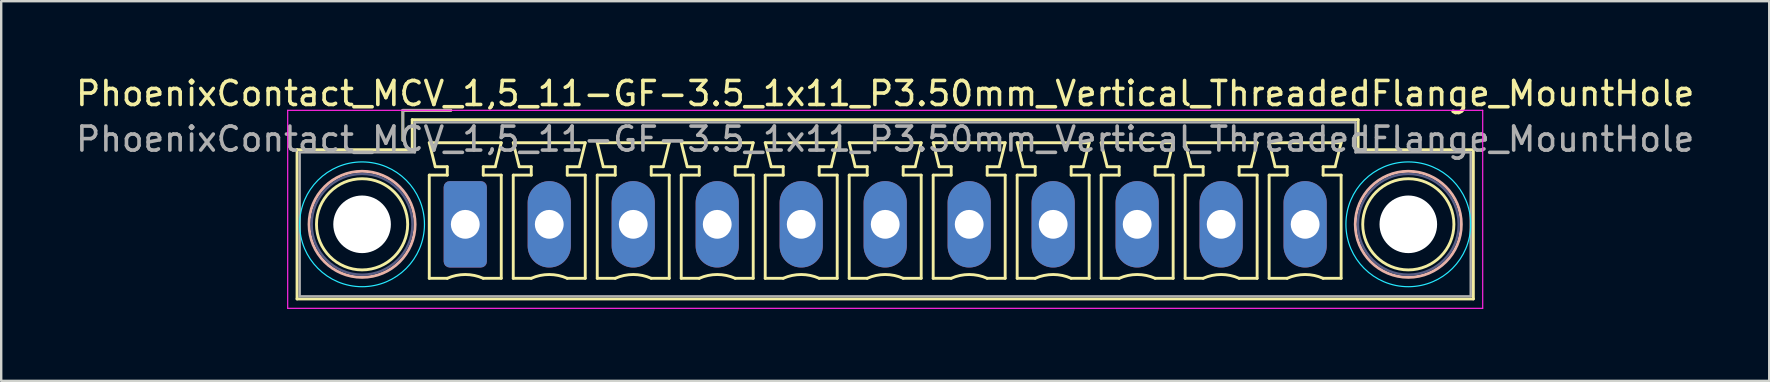
<source format=kicad_pcb>
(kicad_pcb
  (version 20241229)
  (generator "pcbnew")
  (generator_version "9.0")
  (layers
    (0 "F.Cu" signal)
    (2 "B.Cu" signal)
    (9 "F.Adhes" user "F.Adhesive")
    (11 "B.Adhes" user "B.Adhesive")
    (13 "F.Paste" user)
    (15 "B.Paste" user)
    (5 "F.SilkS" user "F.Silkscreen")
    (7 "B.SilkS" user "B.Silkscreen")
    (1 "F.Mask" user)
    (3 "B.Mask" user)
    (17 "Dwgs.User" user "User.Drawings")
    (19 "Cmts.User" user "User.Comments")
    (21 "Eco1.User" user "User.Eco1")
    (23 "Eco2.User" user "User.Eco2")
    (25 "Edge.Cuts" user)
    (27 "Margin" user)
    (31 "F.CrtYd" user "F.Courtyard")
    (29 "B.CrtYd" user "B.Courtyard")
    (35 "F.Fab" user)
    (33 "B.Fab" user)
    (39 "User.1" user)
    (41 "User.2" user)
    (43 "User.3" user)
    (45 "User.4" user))
  (footprint "PhoenixContact_MCV_1,5_11-GF-3.5_1x11_P3.50mm_Vertical_ThreadedFlange_MountHole"
    (layer "F.Cu")
    (at 16.339 6.298)
    (property "Reference" "PhoenixContact_MCV_1,5_11-GF-3.5_1x11_P3.50mm_Vertical_ThreadedFlange_MountHole" (at 17.5 -5.45 0) (layer "F.SilkS") (effects (font (size 1 1) (thickness 0.15))))
    (attr through_hole)
    (fp_line (start -7.01 -3.11) (end -7.01 3.11) (stroke (width 0.12) (type solid)) (layer "F.SilkS"))
    (fp_line (start -7.01 3.11) (end 42.01 3.11) (stroke (width 0.12) (type solid)) (layer "F.SilkS"))
    (fp_line (start -2.6 -4.75) (end -0.6 -4.75) (stroke (width 0.12) (type solid)) (layer "F.SilkS"))
    (fp_line (start -2.6 -3.5) (end -2.6 -4.75) (stroke (width 0.12) (type solid)) (layer "F.SilkS"))
    (fp_line (start -2.21 -4.36) (end -2.21 -3.11) (stroke (width 0.12) (type solid)) (layer "F.SilkS"))
    (fp_line (start -2.21 -3.11) (end -7.01 -3.11) (stroke (width 0.12) (type solid)) (layer "F.SilkS"))
    (fp_line (start -1.5 -3.4) (end 1.5 -3.4) (stroke (width 0.12) (type solid)) (layer "F.SilkS"))
    (fp_line (start -1.5 -2.05) (end -0.75 -2.05) (stroke (width 0.12) (type solid)) (layer "F.SilkS"))
    (fp_line (start -1.5 2.25) (end -1.5 -2.05) (stroke (width 0.12) (type solid)) (layer "F.SilkS"))
    (fp_line (start -1.25 -2.4) (end -1.5 -3.4) (stroke (width 0.12) (type solid)) (layer "F.SilkS"))
    (fp_line (start -0.75 -2.4) (end -1.25 -2.4) (stroke (width 0.12) (type solid)) (layer "F.SilkS"))
    (fp_line (start -0.75 -2.05) (end -0.75 -2.4) (stroke (width 0.12) (type solid)) (layer "F.SilkS"))
    (fp_line (start -0.75 2.25) (end -1.5 2.25) (stroke (width 0.12) (type solid)) (layer "F.SilkS"))
    (fp_line (start 0.75 -2.4) (end 0.75 -2.05) (stroke (width 0.12) (type solid)) (layer "F.SilkS"))
    (fp_line (start 0.75 -2.05) (end 1.5 -2.05) (stroke (width 0.12) (type solid)) (layer "F.SilkS"))
    (fp_line (start 1.25 -2.4) (end 0.75 -2.4) (stroke (width 0.12) (type solid)) (layer "F.SilkS"))
    (fp_line (start 1.5 -3.4) (end 1.25 -2.4) (stroke (width 0.12) (type solid)) (layer "F.SilkS"))
    (fp_line (start 1.5 -2.05) (end 1.5 2.25) (stroke (width 0.12) (type solid)) (layer "F.SilkS"))
    (fp_line (start 1.5 2.25) (end 0.75 2.25) (stroke (width 0.12) (type solid)) (layer "F.SilkS"))
    (fp_line (start 2 -3.4) (end 5 -3.4) (stroke (width 0.12) (type solid)) (layer "F.SilkS"))
    (fp_line (start 2 -2.05) (end 2.75 -2.05) (stroke (width 0.12) (type solid)) (layer "F.SilkS"))
    (fp_line (start 2 2.25) (end 2 -2.05) (stroke (width 0.12) (type solid)) (layer "F.SilkS"))
    (fp_line (start 2.25 -2.4) (end 2 -3.4) (stroke (width 0.12) (type solid)) (layer "F.SilkS"))
    (fp_line (start 2.75 -2.4) (end 2.25 -2.4) (stroke (width 0.12) (type solid)) (layer "F.SilkS"))
    (fp_line (start 2.75 -2.05) (end 2.75 -2.4) (stroke (width 0.12) (type solid)) (layer "F.SilkS"))
    (fp_line (start 2.75 2.25) (end 2 2.25) (stroke (width 0.12) (type solid)) (layer "F.SilkS"))
    (fp_line (start 4.25 -2.4) (end 4.25 -2.05) (stroke (width 0.12) (type solid)) (layer "F.SilkS"))
    (fp_line (start 4.25 -2.05) (end 5 -2.05) (stroke (width 0.12) (type solid)) (layer "F.SilkS"))
    (fp_line (start 4.75 -2.4) (end 4.25 -2.4) (stroke (width 0.12) (type solid)) (layer "F.SilkS"))
    (fp_line (start 5 -3.4) (end 4.75 -2.4) (stroke (width 0.12) (type solid)) (layer "F.SilkS"))
    (fp_line (start 5 -2.05) (end 5 2.25) (stroke (width 0.12) (type solid)) (layer "F.SilkS"))
    (fp_line (start 5 2.25) (end 4.25 2.25) (stroke (width 0.12) (type solid)) (layer "F.SilkS"))
    (fp_line (start 5.5 -3.4) (end 8.5 -3.4) (stroke (width 0.12) (type solid)) (layer "F.SilkS"))
    (fp_line (start 5.5 -2.05) (end 6.25 -2.05) (stroke (width 0.12) (type solid)) (layer "F.SilkS"))
    (fp_line (start 5.5 2.25) (end 5.5 -2.05) (stroke (width 0.12) (type solid)) (layer "F.SilkS"))
    (fp_line (start 5.75 -2.4) (end 5.5 -3.4) (stroke (width 0.12) (type solid)) (layer "F.SilkS"))
    (fp_line (start 6.25 -2.4) (end 5.75 -2.4) (stroke (width 0.12) (type solid)) (layer "F.SilkS"))
    (fp_line (start 6.25 -2.05) (end 6.25 -2.4) (stroke (width 0.12) (type solid)) (layer "F.SilkS"))
    (fp_line (start 6.25 2.25) (end 5.5 2.25) (stroke (width 0.12) (type solid)) (layer "F.SilkS"))
    (fp_line (start 7.75 -2.4) (end 7.75 -2.05) (stroke (width 0.12) (type solid)) (layer "F.SilkS"))
    (fp_line (start 7.75 -2.05) (end 8.5 -2.05) (stroke (width 0.12) (type solid)) (layer "F.SilkS"))
    (fp_line (start 8.25 -2.4) (end 7.75 -2.4) (stroke (width 0.12) (type solid)) (layer "F.SilkS"))
    (fp_line (start 8.5 -3.4) (end 8.25 -2.4) (stroke (width 0.12) (type solid)) (layer "F.SilkS"))
    (fp_line (start 8.5 -2.05) (end 8.5 2.25) (stroke (width 0.12) (type solid)) (layer "F.SilkS"))
    (fp_line (start 8.5 2.25) (end 7.75 2.25) (stroke (width 0.12) (type solid)) (layer "F.SilkS"))
    (fp_line (start 9 -3.4) (end 12 -3.4) (stroke (width 0.12) (type solid)) (layer "F.SilkS"))
    (fp_line (start 9 -2.05) (end 9.75 -2.05) (stroke (width 0.12) (type solid)) (layer "F.SilkS"))
    (fp_line (start 9 2.25) (end 9 -2.05) (stroke (width 0.12) (type solid)) (layer "F.SilkS"))
    (fp_line (start 9.25 -2.4) (end 9 -3.4) (stroke (width 0.12) (type solid)) (layer "F.SilkS"))
    (fp_line (start 9.75 -2.4) (end 9.25 -2.4) (stroke (width 0.12) (type solid)) (layer "F.SilkS"))
    (fp_line (start 9.75 -2.05) (end 9.75 -2.4) (stroke (width 0.12) (type solid)) (layer "F.SilkS"))
    (fp_line (start 9.75 2.25) (end 9 2.25) (stroke (width 0.12) (type solid)) (layer "F.SilkS"))
    (fp_line (start 11.25 -2.4) (end 11.25 -2.05) (stroke (width 0.12) (type solid)) (layer "F.SilkS"))
    (fp_line (start 11.25 -2.05) (end 12 -2.05) (stroke (width 0.12) (type solid)) (layer "F.SilkS"))
    (fp_line (start 11.75 -2.4) (end 11.25 -2.4) (stroke (width 0.12) (type solid)) (layer "F.SilkS"))
    (fp_line (start 12 -3.4) (end 11.75 -2.4) (stroke (width 0.12) (type solid)) (layer "F.SilkS"))
    (fp_line (start 12 -2.05) (end 12 2.25) (stroke (width 0.12) (type solid)) (layer "F.SilkS"))
    (fp_line (start 12 2.25) (end 11.25 2.25) (stroke (width 0.12) (type solid)) (layer "F.SilkS"))
    (fp_line (start 12.5 -3.4) (end 15.5 -3.4) (stroke (width 0.12) (type solid)) (layer "F.SilkS"))
    (fp_line (start 12.5 -2.05) (end 13.25 -2.05) (stroke (width 0.12) (type solid)) (layer "F.SilkS"))
    (fp_line (start 12.5 2.25) (end 12.5 -2.05) (stroke (width 0.12) (type solid)) (layer "F.SilkS"))
    (fp_line (start 12.75 -2.4) (end 12.5 -3.4) (stroke (width 0.12) (type solid)) (layer "F.SilkS"))
    (fp_line (start 13.25 -2.4) (end 12.75 -2.4) (stroke (width 0.12) (type solid)) (layer "F.SilkS"))
    (fp_line (start 13.25 -2.05) (end 13.25 -2.4) (stroke (width 0.12) (type solid)) (layer "F.SilkS"))
    (fp_line (start 13.25 2.25) (end 12.5 2.25) (stroke (width 0.12) (type solid)) (layer "F.SilkS"))
    (fp_line (start 14.75 -2.4) (end 14.75 -2.05) (stroke (width 0.12) (type solid)) (layer "F.SilkS"))
    (fp_line (start 14.75 -2.05) (end 15.5 -2.05) (stroke (width 0.12) (type solid)) (layer "F.SilkS"))
    (fp_line (start 15.25 -2.4) (end 14.75 -2.4) (stroke (width 0.12) (type solid)) (layer "F.SilkS"))
    (fp_line (start 15.5 -3.4) (end 15.25 -2.4) (stroke (width 0.12) (type solid)) (layer "F.SilkS"))
    (fp_line (start 15.5 -2.05) (end 15.5 2.25) (stroke (width 0.12) (type solid)) (layer "F.SilkS"))
    (fp_line (start 15.5 2.25) (end 14.75 2.25) (stroke (width 0.12) (type solid)) (layer "F.SilkS"))
    (fp_line (start 16 -3.4) (end 19 -3.4) (stroke (width 0.12) (type solid)) (layer "F.SilkS"))
    (fp_line (start 16 -2.05) (end 16.75 -2.05) (stroke (width 0.12) (type solid)) (layer "F.SilkS"))
    (fp_line (start 16 2.25) (end 16 -2.05) (stroke (width 0.12) (type solid)) (layer "F.SilkS"))
    (fp_line (start 16.25 -2.4) (end 16 -3.4) (stroke (width 0.12) (type solid)) (layer "F.SilkS"))
    (fp_line (start 16.75 -2.4) (end 16.25 -2.4) (stroke (width 0.12) (type solid)) (layer "F.SilkS"))
    (fp_line (start 16.75 -2.05) (end 16.75 -2.4) (stroke (width 0.12) (type solid)) (layer "F.SilkS"))
    (fp_line (start 16.75 2.25) (end 16 2.25) (stroke (width 0.12) (type solid)) (layer "F.SilkS"))
    (fp_line (start 18.25 -2.4) (end 18.25 -2.05) (stroke (width 0.12) (type solid)) (layer "F.SilkS"))
    (fp_line (start 18.25 -2.05) (end 19 -2.05) (stroke (width 0.12) (type solid)) (layer "F.SilkS"))
    (fp_line (start 18.75 -2.4) (end 18.25 -2.4) (stroke (width 0.12) (type solid)) (layer "F.SilkS"))
    (fp_line (start 19 -3.4) (end 18.75 -2.4) (stroke (width 0.12) (type solid)) (layer "F.SilkS"))
    (fp_line (start 19 -2.05) (end 19 2.25) (stroke (width 0.12) (type solid)) (layer "F.SilkS"))
    (fp_line (start 19 2.25) (end 18.25 2.25) (stroke (width 0.12) (type solid)) (layer "F.SilkS"))
    (fp_line (start 19.5 -3.4) (end 22.5 -3.4) (stroke (width 0.12) (type solid)) (layer "F.SilkS"))
    (fp_line (start 19.5 -2.05) (end 20.25 -2.05) (stroke (width 0.12) (type solid)) (layer "F.SilkS"))
    (fp_line (start 19.5 2.25) (end 19.5 -2.05) (stroke (width 0.12) (type solid)) (layer "F.SilkS"))
    (fp_line (start 19.75 -2.4) (end 19.5 -3.4) (stroke (width 0.12) (type solid)) (layer "F.SilkS"))
    (fp_line (start 20.25 -2.4) (end 19.75 -2.4) (stroke (width 0.12) (type solid)) (layer "F.SilkS"))
    (fp_line (start 20.25 -2.05) (end 20.25 -2.4) (stroke (width 0.12) (type solid)) (layer "F.SilkS"))
    (fp_line (start 20.25 2.25) (end 19.5 2.25) (stroke (width 0.12) (type solid)) (layer "F.SilkS"))
    (fp_line (start 21.75 -2.4) (end 21.75 -2.05) (stroke (width 0.12) (type solid)) (layer "F.SilkS"))
    (fp_line (start 21.75 -2.05) (end 22.5 -2.05) (stroke (width 0.12) (type solid)) (layer "F.SilkS"))
    (fp_line (start 22.25 -2.4) (end 21.75 -2.4) (stroke (width 0.12) (type solid)) (layer "F.SilkS"))
    (fp_line (start 22.5 -3.4) (end 22.25 -2.4) (stroke (width 0.12) (type solid)) (layer "F.SilkS"))
    (fp_line (start 22.5 -2.05) (end 22.5 2.25) (stroke (width 0.12) (type solid)) (layer "F.SilkS"))
    (fp_line (start 22.5 2.25) (end 21.75 2.25) (stroke (width 0.12) (type solid)) (layer "F.SilkS"))
    (fp_line (start 23 -3.4) (end 26 -3.4) (stroke (width 0.12) (type solid)) (layer "F.SilkS"))
    (fp_line (start 23 -2.05) (end 23.75 -2.05) (stroke (width 0.12) (type solid)) (layer "F.SilkS"))
    (fp_line (start 23 2.25) (end 23 -2.05) (stroke (width 0.12) (type solid)) (layer "F.SilkS"))
    (fp_line (start 23.25 -2.4) (end 23 -3.4) (stroke (width 0.12) (type solid)) (layer "F.SilkS"))
    (fp_line (start 23.75 -2.4) (end 23.25 -2.4) (stroke (width 0.12) (type solid)) (layer "F.SilkS"))
    (fp_line (start 23.75 -2.05) (end 23.75 -2.4) (stroke (width 0.12) (type solid)) (layer "F.SilkS"))
    (fp_line (start 23.75 2.25) (end 23 2.25) (stroke (width 0.12) (type solid)) (layer "F.SilkS"))
    (fp_line (start 25.25 -2.4) (end 25.25 -2.05) (stroke (width 0.12) (type solid)) (layer "F.SilkS"))
    (fp_line (start 25.25 -2.05) (end 26 -2.05) (stroke (width 0.12) (type solid)) (layer "F.SilkS"))
    (fp_line (start 25.75 -2.4) (end 25.25 -2.4) (stroke (width 0.12) (type solid)) (layer "F.SilkS"))
    (fp_line (start 26 -3.4) (end 25.75 -2.4) (stroke (width 0.12) (type solid)) (layer "F.SilkS"))
    (fp_line (start 26 -2.05) (end 26 2.25) (stroke (width 0.12) (type solid)) (layer "F.SilkS"))
    (fp_line (start 26 2.25) (end 25.25 2.25) (stroke (width 0.12) (type solid)) (layer "F.SilkS"))
    (fp_line (start 26.5 -3.4) (end 29.5 -3.4) (stroke (width 0.12) (type solid)) (layer "F.SilkS"))
    (fp_line (start 26.5 -2.05) (end 27.25 -2.05) (stroke (width 0.12) (type solid)) (layer "F.SilkS"))
    (fp_line (start 26.5 2.25) (end 26.5 -2.05) (stroke (width 0.12) (type solid)) (layer "F.SilkS"))
    (fp_line (start 26.75 -2.4) (end 26.5 -3.4) (stroke (width 0.12) (type solid)) (layer "F.SilkS"))
    (fp_line (start 27.25 -2.4) (end 26.75 -2.4) (stroke (width 0.12) (type solid)) (layer "F.SilkS"))
    (fp_line (start 27.25 -2.05) (end 27.25 -2.4) (stroke (width 0.12) (type solid)) (layer "F.SilkS"))
    (fp_line (start 27.25 2.25) (end 26.5 2.25) (stroke (width 0.12) (type solid)) (layer "F.SilkS"))
    (fp_line (start 28.75 -2.4) (end 28.75 -2.05) (stroke (width 0.12) (type solid)) (layer "F.SilkS"))
    (fp_line (start 28.75 -2.05) (end 29.5 -2.05) (stroke (width 0.12) (type solid)) (layer "F.SilkS"))
    (fp_line (start 29.25 -2.4) (end 28.75 -2.4) (stroke (width 0.12) (type solid)) (layer "F.SilkS"))
    (fp_line (start 29.5 -3.4) (end 29.25 -2.4) (stroke (width 0.12) (type solid)) (layer "F.SilkS"))
    (fp_line (start 29.5 -2.05) (end 29.5 2.25) (stroke (width 0.12) (type solid)) (layer "F.SilkS"))
    (fp_line (start 29.5 2.25) (end 28.75 2.25) (stroke (width 0.12) (type solid)) (layer "F.SilkS"))
    (fp_line (start 30 -3.4) (end 33 -3.4) (stroke (width 0.12) (type solid)) (layer "F.SilkS"))
    (fp_line (start 30 -2.05) (end 30.75 -2.05) (stroke (width 0.12) (type solid)) (layer "F.SilkS"))
    (fp_line (start 30 2.25) (end 30 -2.05) (stroke (width 0.12) (type solid)) (layer "F.SilkS"))
    (fp_line (start 30.25 -2.4) (end 30 -3.4) (stroke (width 0.12) (type solid)) (layer "F.SilkS"))
    (fp_line (start 30.75 -2.4) (end 30.25 -2.4) (stroke (width 0.12) (type solid)) (layer "F.SilkS"))
    (fp_line (start 30.75 -2.05) (end 30.75 -2.4) (stroke (width 0.12) (type solid)) (layer "F.SilkS"))
    (fp_line (start 30.75 2.25) (end 30 2.25) (stroke (width 0.12) (type solid)) (layer "F.SilkS"))
    (fp_line (start 32.25 -2.4) (end 32.25 -2.05) (stroke (width 0.12) (type solid)) (layer "F.SilkS"))
    (fp_line (start 32.25 -2.05) (end 33 -2.05) (stroke (width 0.12) (type solid)) (layer "F.SilkS"))
    (fp_line (start 32.75 -2.4) (end 32.25 -2.4) (stroke (width 0.12) (type solid)) (layer "F.SilkS"))
    (fp_line (start 33 -3.4) (end 32.75 -2.4) (stroke (width 0.12) (type solid)) (layer "F.SilkS"))
    (fp_line (start 33 -2.05) (end 33 2.25) (stroke (width 0.12) (type solid)) (layer "F.SilkS"))
    (fp_line (start 33 2.25) (end 32.25 2.25) (stroke (width 0.12) (type solid)) (layer "F.SilkS"))
    (fp_line (start 33.5 -3.4) (end 36.5 -3.4) (stroke (width 0.12) (type solid)) (layer "F.SilkS"))
    (fp_line (start 33.5 -2.05) (end 34.25 -2.05) (stroke (width 0.12) (type solid)) (layer "F.SilkS"))
    (fp_line (start 33.5 2.25) (end 33.5 -2.05) (stroke (width 0.12) (type solid)) (layer "F.SilkS"))
    (fp_line (start 33.75 -2.4) (end 33.5 -3.4) (stroke (width 0.12) (type solid)) (layer "F.SilkS"))
    (fp_line (start 34.25 -2.4) (end 33.75 -2.4) (stroke (width 0.12) (type solid)) (layer "F.SilkS"))
    (fp_line (start 34.25 -2.05) (end 34.25 -2.4) (stroke (width 0.12) (type solid)) (layer "F.SilkS"))
    (fp_line (start 34.25 2.25) (end 33.5 2.25) (stroke (width 0.12) (type solid)) (layer "F.SilkS"))
    (fp_line (start 35.75 -2.4) (end 35.75 -2.05) (stroke (width 0.12) (type solid)) (layer "F.SilkS"))
    (fp_line (start 35.75 -2.05) (end 36.5 -2.05) (stroke (width 0.12) (type solid)) (layer "F.SilkS"))
    (fp_line (start 36.25 -2.4) (end 35.75 -2.4) (stroke (width 0.12) (type solid)) (layer "F.SilkS"))
    (fp_line (start 36.5 -3.4) (end 36.25 -2.4) (stroke (width 0.12) (type solid)) (layer "F.SilkS"))
    (fp_line (start 36.5 -2.05) (end 36.5 2.25) (stroke (width 0.12) (type solid)) (layer "F.SilkS"))
    (fp_line (start 36.5 2.25) (end 35.75 2.25) (stroke (width 0.12) (type solid)) (layer "F.SilkS"))
    (fp_line (start 37.21 -4.36) (end -2.21 -4.36) (stroke (width 0.12) (type solid)) (layer "F.SilkS"))
    (fp_line (start 37.21 -3.11) (end 37.21 -4.36) (stroke (width 0.12) (type solid)) (layer "F.SilkS"))
    (fp_line (start 42.01 -3.11) (end 37.21 -3.11) (stroke (width 0.12) (type solid)) (layer "F.SilkS"))
    (fp_line (start 42.01 3.11) (end 42.01 -3.11) (stroke (width 0.12) (type solid)) (layer "F.SilkS"))
    (fp_arc (start -0.75 2.25) (mid -0.000193 2.09191) (end 0.749647 2.249844) (stroke (width 0.12) (type solid)) (layer "F.SilkS"))
    (fp_arc (start 2.75 2.25) (mid 3.499807 2.09191) (end 4.249647 2.249844) (stroke (width 0.12) (type solid)) (layer "F.SilkS"))
    (fp_arc (start 6.25 2.25) (mid 6.999807 2.09191) (end 7.749647 2.249844) (stroke (width 0.12) (type solid)) (layer "F.SilkS"))
    (fp_arc (start 9.75 2.25) (mid 10.499807 2.09191) (end 11.249647 2.249844) (stroke (width 0.12) (type solid)) (layer "F.SilkS"))
    (fp_arc (start 13.25 2.25) (mid 13.999807 2.09191) (end 14.749647 2.249844) (stroke (width 0.12) (type solid)) (layer "F.SilkS"))
    (fp_arc (start 16.75 2.25) (mid 17.499807 2.09191) (end 18.249647 2.249844) (stroke (width 0.12) (type solid)) (layer "F.SilkS"))
    (fp_arc (start 20.25 2.25) (mid 20.999807 2.09191) (end 21.749647 2.249844) (stroke (width 0.12) (type solid)) (layer "F.SilkS"))
    (fp_arc (start 23.75 2.25) (mid 24.499807 2.09191) (end 25.249647 2.249844) (stroke (width 0.12) (type solid)) (layer "F.SilkS"))
    (fp_arc (start 27.25 2.25) (mid 27.999807 2.09191) (end 28.749647 2.249844) (stroke (width 0.12) (type solid)) (layer "F.SilkS"))
    (fp_arc (start 30.75 2.25) (mid 31.499807 2.09191) (end 32.249647 2.249844) (stroke (width 0.12) (type solid)) (layer "F.SilkS"))
    (fp_arc (start 34.25 2.25) (mid 34.999807 2.09191) (end 35.749647 2.249844) (stroke (width 0.12) (type solid)) (layer "F.SilkS"))
    (fp_circle (center -4.3 0) (end -2.4 0) (stroke (width 0.12) (type solid)) (fill no) (layer "F.SilkS"))
    (fp_circle (center 39.3 0) (end 41.2 0) (stroke (width 0.12) (type solid)) (fill no) (layer "F.SilkS"))
    (fp_circle (center -4.3 0) (end -2.09 0) (stroke (width 0.12) (type solid)) (fill no) (layer "B.SilkS"))
    (fp_circle (center 39.3 0) (end 41.51 0) (stroke (width 0.12) (type solid)) (fill no) (layer "B.SilkS"))
    (fp_circle (center -4.3 0) (end -1.7 0) (stroke (width 0.05) (type solid)) (fill no) (layer "B.CrtYd"))
    (fp_circle (center 39.3 0) (end 41.9 0) (stroke (width 0.05) (type solid)) (fill no) (layer "B.CrtYd"))
    (fp_line (start -7.4 -4.75) (end -7.4 3.5) (stroke (width 0.05) (type solid)) (layer "F.CrtYd"))
    (fp_line (start -7.4 3.5) (end 42.4 3.5) (stroke (width 0.05) (type solid)) (layer "F.CrtYd"))
    (fp_line (start 42.4 -4.75) (end -7.4 -4.75) (stroke (width 0.05) (type solid)) (layer "F.CrtYd"))
    (fp_line (start 42.4 3.5) (end 42.4 -4.75) (stroke (width 0.05) (type solid)) (layer "F.CrtYd"))
    (fp_circle (center -4.3 0) (end -2.2 0) (stroke (width 0.1) (type solid)) (fill no) (layer "B.Fab"))
    (fp_circle (center 39.3 0) (end 41.4 0) (stroke (width 0.1) (type solid)) (fill no) (layer "B.Fab"))
    (fp_line (start -6.9 -3) (end -6.9 3) (stroke (width 0.1) (type solid)) (layer "F.Fab"))
    (fp_line (start -6.9 3) (end 41.9 3) (stroke (width 0.1) (type solid)) (layer "F.Fab"))
    (fp_line (start -2.6 -4.75) (end -0.6 -4.75) (stroke (width 0.1) (type solid)) (layer "F.Fab"))
    (fp_line (start -2.6 -3.5) (end -2.6 -4.75) (stroke (width 0.1) (type solid)) (layer "F.Fab"))
    (fp_line (start -2.1 -4.25) (end -2.1 -3) (stroke (width 0.1) (type solid)) (layer "F.Fab"))
    (fp_line (start -2.1 -3) (end -6.9 -3) (stroke (width 0.1) (type solid)) (layer "F.Fab"))
    (fp_line (start 37.1 -4.25) (end -2.1 -4.25) (stroke (width 0.1) (type solid)) (layer "F.Fab"))
    (fp_line (start 37.1 -3) (end 37.1 -4.25) (stroke (width 0.1) (type solid)) (layer "F.Fab"))
    (fp_line (start 41.9 -3) (end 37.1 -3) (stroke (width 0.1) (type solid)) (layer "F.Fab"))
    (fp_line (start 41.9 3) (end 41.9 -3) (stroke (width 0.1) (type solid)) (layer "F.Fab"))
    (fp_text user "${REFERENCE}" (at 17.5 -3.55 0) (layer "F.Fab") (effects (font (size 1 1) (thickness 0.15))))
    (pad "" np_thru_hole circle (at -4.3 0) (size 2.4 2.4) (drill 2.4) (layers "*.Cu" "*.Mask"))
    (pad "" np_thru_hole circle (at 39.3 0) (size 2.4 2.4) (drill 2.4) (layers "*.Cu" "*.Mask"))
    (pad "1" thru_hole roundrect (at 0 0) (size 1.8 3.6) (drill 1.2) (layers "*.Cu" "*.Mask") (roundrect_rratio 0.139))
    (pad "2" thru_hole oval (at 3.5 0) (size 1.8 3.6) (drill 1.2) (layers "*.Cu" "*.Mask"))
    (pad "3" thru_hole oval (at 7 0) (size 1.8 3.6) (drill 1.2) (layers "*.Cu" "*.Mask"))
    (pad "4" thru_hole oval (at 10.5 0) (size 1.8 3.6) (drill 1.2) (layers "*.Cu" "*.Mask"))
    (pad "5" thru_hole oval (at 14 0) (size 1.8 3.6) (drill 1.2) (layers "*.Cu" "*.Mask"))
    (pad "6" thru_hole oval (at 17.5 0) (size 1.8 3.6) (drill 1.2) (layers "*.Cu" "*.Mask"))
    (pad "7" thru_hole oval (at 21 0) (size 1.8 3.6) (drill 1.2) (layers "*.Cu" "*.Mask"))
    (pad "8" thru_hole oval (at 24.5 0) (size 1.8 3.6) (drill 1.2) (layers "*.Cu" "*.Mask"))
    (pad "9" thru_hole oval (at 28 0) (size 1.8 3.6) (drill 1.2) (layers "*.Cu" "*.Mask"))
    (pad "10" thru_hole oval (at 31.5 0) (size 1.8 3.6) (drill 1.2) (layers "*.Cu" "*.Mask"))
    (pad "11" thru_hole oval (at 35 0) (size 1.8 3.6) (drill 1.2) (layers "*.Cu" "*.Mask")))
  (gr_rect
    (start -3 -3)
    (end 70.679 12.823)
    (stroke (width 0.1) (type default))
    (fill no)
    (layer "Edge.Cuts")))
</source>
